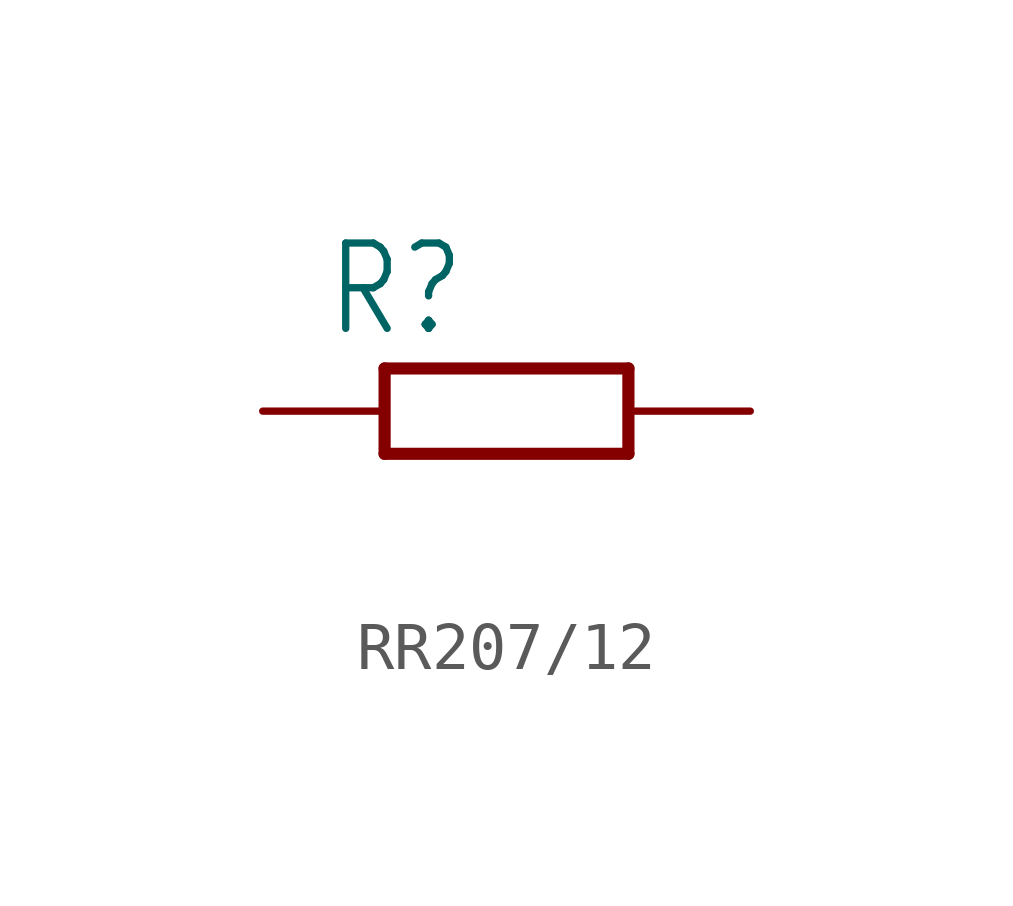
<source format=kicad_sym>
(kicad_symbol_lib
  (version 20241209)
  (generator "kicad_symbol_editor")
  (generator_version "9.0")
  (symbol "RR207/12"
    (property "Reference" "R"
      (at -3.81 1.499 0)
      (effects (font (size 1.778 1.511)) (justify left bottom)))
    (property "Value" ""
      (at -3.81 -3.302 0)
      (effects (font (size 1.778 1.511)) (justify left bottom)))
    (property "ki_locked" ""
      (at 0 0 0)
      (effects (font (size 1.27 1.27))))
    (symbol "RR207/12_1_0"
      (polyline (pts (xy -2.54 -0.889) (xy -2.54 0.889)) (stroke (width 0.254) (type solid)) (fill (type none)))
      (polyline (pts (xy -2.54 -0.889) (xy 2.54 -0.889)) (stroke (width 0.254) (type solid)) (fill (type none)))
      (polyline (pts (xy 2.54 0.889) (xy -2.54 0.889)) (stroke (width 0.254) (type solid)) (fill (type none)))
      (polyline (pts (xy 2.54 -0.889) (xy 2.54 0.889)) (stroke (width 0.254) (type solid)) (fill (type none)))
      (pin passive line (at -5.08 0 0) (length 2.54) (name "1" (effects (font (size 0 0)))) (number "1" (effects (font (size 0 0)))))
      (pin passive line (at 5.08 0 180) (length 2.54) (name "2" (effects (font (size 0 0)))) (number "2" (effects (font (size 0 0))))))))
</source>
